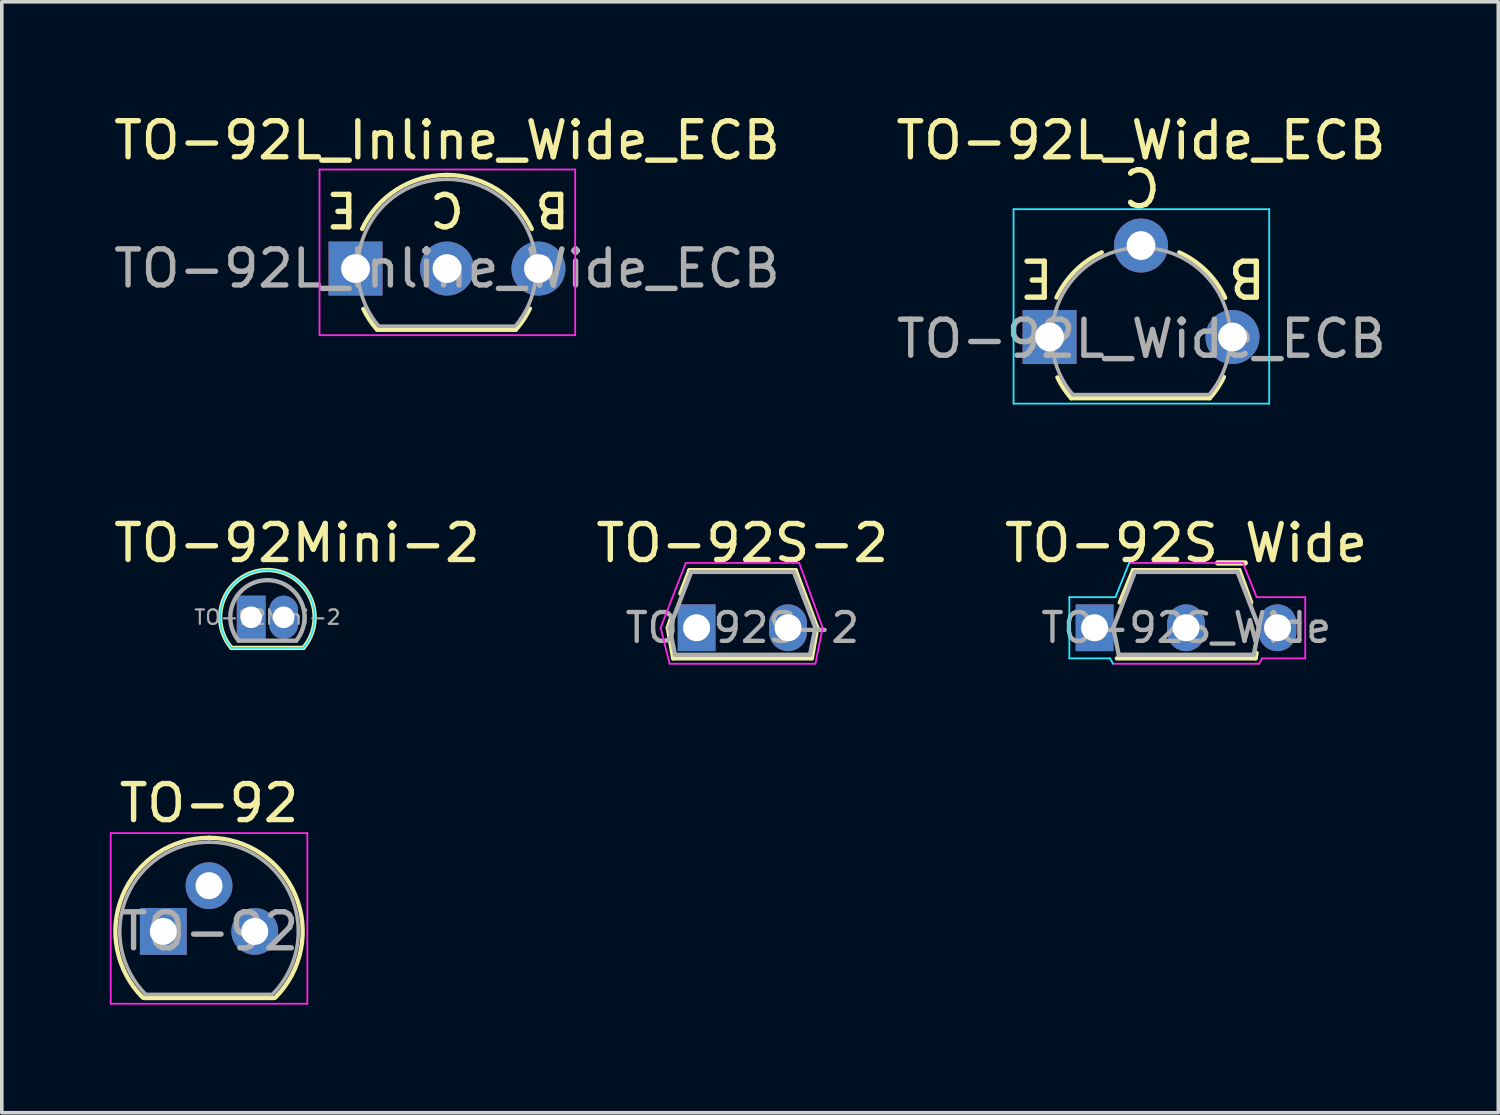
<source format=kicad_pcb>
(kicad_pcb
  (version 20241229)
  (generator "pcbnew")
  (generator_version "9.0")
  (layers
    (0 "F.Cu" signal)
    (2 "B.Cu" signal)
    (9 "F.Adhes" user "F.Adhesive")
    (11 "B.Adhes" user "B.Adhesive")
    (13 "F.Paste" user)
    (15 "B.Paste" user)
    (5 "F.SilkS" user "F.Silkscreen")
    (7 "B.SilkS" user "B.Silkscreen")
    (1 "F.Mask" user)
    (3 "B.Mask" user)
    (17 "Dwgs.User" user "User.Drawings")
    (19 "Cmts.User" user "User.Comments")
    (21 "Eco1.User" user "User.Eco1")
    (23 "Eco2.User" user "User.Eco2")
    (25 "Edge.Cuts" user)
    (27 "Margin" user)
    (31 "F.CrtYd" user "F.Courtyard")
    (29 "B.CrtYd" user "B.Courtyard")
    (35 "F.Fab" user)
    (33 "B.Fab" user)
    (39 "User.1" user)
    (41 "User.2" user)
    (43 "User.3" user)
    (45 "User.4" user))
  (footprint "TO-92S_Wide"
    (layer "F.Cu")
    (at 27.347 14.383)
    (property "Reference" "TO-92S_Wide" (at 2.54 -2.35 0) (layer "F.SilkS") (effects (font (size 1 1) (thickness 0.15))))
    (attr through_hole)
    (fp_line (start 0.62 0.85) (end 4.47 0.85) (stroke (width 0.12) (type solid)) (layer "F.SilkS"))
    (fp_line (start 1.07 -1.6) (end 0.7 -0.7) (stroke (width 0.12) (type solid)) (layer "F.SilkS"))
    (fp_line (start 4.02 -1.6) (end 1.07 -1.6) (stroke (width 0.12) (type solid)) (layer "F.SilkS"))
    (fp_line (start 4.35 -0.7) (end 4.02 -1.6) (stroke (width 0.12) (type solid)) (layer "F.SilkS"))
    (fp_line (start 4.47 0.85) (end 4.5 0.7) (stroke (width 0.12) (type solid)) (layer "F.SilkS"))
    (fp_line (start -0.7 -0.85) (end -0.7 0.85) (stroke (width 0.05) (type solid)) (layer "B.CrtYd"))
    (fp_line (start -0.7 0.85) (end 0.43 0.85) (stroke (width 0.05) (type solid)) (layer "B.CrtYd"))
    (fp_line (start 0.51 1) (end 0.43 0.85) (stroke (width 0.05) (type solid)) (layer "B.CrtYd"))
    (fp_line (start 0.58 -0.85) (end -0.7 -0.85) (stroke (width 0.05) (type solid)) (layer "B.CrtYd"))
    (fp_line (start 0.58 -0.85) (end 0.96 -1.8) (stroke (width 0.05) (type solid)) (layer "B.CrtYd"))
    (fp_line (start 0.52 1) (end 4.57 1) (stroke (width 0.05) (type solid)) (layer "F.CrtYd"))
    (fp_line (start 4.12 -1.8) (end 0.97 -1.8) (stroke (width 0.05) (type solid)) (layer "F.CrtYd"))
    (fp_line (start 4.5 -0.85) (end 4.12 -1.8) (stroke (width 0.05) (type solid)) (layer "F.CrtYd"))
    (fp_line (start 4.5 -0.85) (end 5.85 -0.85) (stroke (width 0.05) (type solid)) (layer "F.CrtYd"))
    (fp_line (start 4.57 1) (end 4.65 0.85) (stroke (width 0.05) (type solid)) (layer "F.CrtYd"))
    (fp_line (start 5.85 -0.85) (end 5.85 0.85) (stroke (width 0.05) (type solid)) (layer "F.CrtYd"))
    (fp_line (start 5.85 0.85) (end 4.65 0.85) (stroke (width 0.05) (type solid)) (layer "F.CrtYd"))
    (fp_line (start 0.52 0) (end 1.12 -1.55) (stroke (width 0.12) (type solid)) (layer "F.Fab"))
    (fp_line (start 0.67 0.75) (end 0.52 0) (stroke (width 0.12) (type solid)) (layer "F.Fab"))
    (fp_line (start 0.67 0.75) (end 4.42 0.75) (stroke (width 0.12) (type solid)) (layer "F.Fab"))
    (fp_line (start 1.12 -1.55) (end 3.97 -1.55) (stroke (width 0.12) (type solid)) (layer "F.Fab"))
    (fp_line (start 4.42 0.75) (end 4.57 0) (stroke (width 0.12) (type solid)) (layer "F.Fab"))
    (fp_line (start 4.57 0) (end 3.97 -1.55) (stroke (width 0.12) (type solid)) (layer "F.Fab"))
    (fp_text user "${REFERENCE}" (at 2.545 0 0) (layer "F.Fab") (effects (font (size 0.8 0.8) (thickness 0.12))))
    (pad "1" thru_hole rect (at 0 0 180) (size 1.05 1.3) (drill 0.75) (layers "*.Cu" "*.Mask"))
    (pad "2" thru_hole oval (at 2.54 0 180) (size 1.05 1.3) (drill 0.75) (layers "*.Cu" "*.Mask"))
    (pad "3" thru_hole oval (at 5.08 0 180) (size 1.05 1.3) (drill 0.75) (layers "*.Cu" "*.Mask")))
  (footprint "TO-92L_Inline_Wide_ECB"
    (layer "F.Cu")
    (at 6.823 4.408)
    (property "Reference" "TO-92L_Inline_Wide_ECB" (at 2.54 -3.56 0) (layer "F.SilkS") (effects (font (size 1 1) (thickness 0.15))))
    (fp_line (start 0.6 1.7) (end 4.45 1.7) (stroke (width 0.12) (type solid)) (layer "F.SilkS"))
    (fp_arc (start 0.1836 -1.098807) (mid 1.143021 -2.192817) (end 2.54 -2.6) (stroke (width 0.12) (type solid)) (layer "F.SilkS"))
    (fp_arc (start 0.6 1.7) (mid 0.389183 1.423933) (end 0.217369 1.122045) (stroke (width 0.12) (type solid)) (layer "F.SilkS"))
    (fp_arc (start 2.54 -2.6) (mid 3.936979 -2.192818) (end 4.8964 -1.098807) (stroke (width 0.12) (type solid)) (layer "F.SilkS"))
    (fp_arc (start 4.842383 1.112264) (mid 4.666594 1.419753) (end 4.45 1.7) (stroke (width 0.12) (type solid)) (layer "F.SilkS"))
    (fp_line (start -1 -2.75) (end -1 1.85) (stroke (width 0.05) (type solid)) (layer "F.CrtYd"))
    (fp_line (start -1 -2.75) (end 6.1 -2.75) (stroke (width 0.05) (type solid)) (layer "F.CrtYd"))
    (fp_line (start 6.1 1.85) (end -1 1.85) (stroke (width 0.05) (type solid)) (layer "F.CrtYd"))
    (fp_line (start 6.1 1.85) (end 6.1 -2.75) (stroke (width 0.05) (type solid)) (layer "F.CrtYd"))
    (fp_line (start 0.65 1.6) (end 4.4 1.6) (stroke (width 0.1) (type solid)) (layer "F.Fab"))
    (fp_arc (start 0.647182 1.602385) (mid 0.290076 -1.043188) (end 2.54 -2.48) (stroke (width 0.1) (type solid)) (layer "F.Fab"))
    (fp_arc (start 2.54 -2.48) (mid 4.787211 -1.049019) (end 4.441103 1.592547) (stroke (width 0.1) (type solid)) (layer "F.Fab"))
    (fp_text user "C" (at 2.54 -1.651 180) (unlocked yes) (layer "F.SilkS") (effects (font (size 0.9 0.9) (thickness 0.15))))
    (fp_text user "B" (at 5.461 -1.651 180) (unlocked yes) (layer "F.SilkS") (effects (font (size 0.9 0.9) (thickness 0.15))))
    (fp_text user "E" (at -0.381 -1.651 180) (unlocked yes) (layer "F.SilkS") (effects (font (size 0.9 0.9) (thickness 0.15))))
    (fp_text user "${REFERENCE}" (at 2.54 0 0) (layer "F.Fab") (effects (font (size 1 1) (thickness 0.15))))
    (pad "1" thru_hole rect (at 0 0 90) (size 1.5 1.5) (drill 0.8) (layers "*.Cu" "*.Mask"))
    (pad "2" thru_hole circle (at 2.54 0 90) (size 1.5 1.5) (drill 0.8) (layers "*.Cu" "*.Mask"))
    (pad "3" thru_hole circle (at 5.08 0 90) (size 1.5 1.5) (drill 0.8) (layers "*.Cu" "*.Mask")))
  (footprint "TO-92"
    (layer "F.Cu")
    (at 1.485 22.816)
    (property "Reference" "TO-92" (at 1.27 -3.56 0) (layer "F.SilkS") (effects (font (size 1 1) (thickness 0.15))))
    (attr through_hole)
    (fp_line (start -0.53 1.85) (end 3.07 1.85) (stroke (width 0.12) (type solid)) (layer "F.SilkS"))
    (fp_arc (start -0.568478 1.838478) (mid -1.132087 -0.994977) (end 1.27 -2.6) (stroke (width 0.12) (type solid)) (layer "F.SilkS"))
    (fp_arc (start 1.27 -2.6) (mid 3.672087 -0.994977) (end 3.108478 1.838478) (stroke (width 0.12) (type solid)) (layer "F.SilkS"))
    (fp_line (start -1.46 -2.73) (end -1.46 2.01) (stroke (width 0.05) (type solid)) (layer "F.CrtYd"))
    (fp_line (start -1.46 -2.73) (end 4 -2.73) (stroke (width 0.05) (type solid)) (layer "F.CrtYd"))
    (fp_line (start 4 2.01) (end -1.46 2.01) (stroke (width 0.05) (type solid)) (layer "F.CrtYd"))
    (fp_line (start 4 2.01) (end 4 -2.73) (stroke (width 0.05) (type solid)) (layer "F.CrtYd"))
    (fp_line (start -0.5 1.75) (end 3 1.75) (stroke (width 0.1) (type solid)) (layer "F.Fab"))
    (fp_arc (start -0.483625 1.753625) (mid -1.021221 -0.949055) (end 1.27 -2.48) (stroke (width 0.1) (type solid)) (layer "F.Fab"))
    (fp_arc (start 1.27 -2.48) (mid 3.561221 -0.949055) (end 3.023625 1.753625) (stroke (width 0.1) (type solid)) (layer "F.Fab"))
    (fp_text user "${REFERENCE}" (at 1.27 0 0) (layer "F.Fab") (effects (font (size 1 1) (thickness 0.15))))
    (pad "1" thru_hole rect (at 0 0 90) (size 1.3 1.3) (drill 0.75) (layers "*.Cu" "*.Mask"))
    (pad "2" thru_hole circle (at 1.27 -1.27 90) (size 1.3 1.3) (drill 0.75) (layers "*.Cu" "*.Mask"))
    (pad "3" thru_hole circle (at 2.54 0 90) (size 1.3 1.3) (drill 0.75) (layers "*.Cu" "*.Mask")))
  (footprint "TO-92Mini-2"
    (layer "F.Cu")
    (at 3.926 14.092)
    (property "Reference" "TO-92Mini-2" (at 1.27 -2.06 0) (layer "F.SilkS") (effects (font (size 1 1) (thickness 0.15))))
    (attr through_hole)
    (fp_line (start -0.55 0.85) (end 1.45 0.85) (stroke (width 0.12) (type solid)) (layer "F.SilkS"))
    (fp_arc (start -0.55 0.85) (mid 0.45 -1.31244) (end 1.45 0.85) (stroke (width 0.12) (type solid)) (layer "F.SilkS"))
    (fp_line (start -0.55 0.85) (end 1.45 0.85) (stroke (width 0.05) (type solid)) (layer "B.CrtYd"))
    (fp_arc (start -0.550431 0.849492) (mid 0.450333 -1.31244) (end 1.45 0.85) (stroke (width 0.05) (type solid)) (layer "B.CrtYd"))
    (fp_line (start -0.35 0.65) (end 1.25 0.65) (stroke (width 0.12) (type solid)) (layer "F.Fab"))
    (fp_arc (start -0.349861 0.650171) (mid 0.44989 -1.030776) (end 1.25 0.65) (stroke (width 0.12) (type solid)) (layer "F.Fab"))
    (fp_text user "${REFERENCE}" (at 0.45 0 0) (layer "F.Fab") (effects (font (size 0.4 0.4) (thickness 0.06))))
    (pad "1" thru_hole rect (at 0 0 180) (size 0.8 1.2) (drill 0.6) (layers "*.Cu" "*.Mask"))
    (pad "2" thru_hole oval (at 0.9 0 180) (size 0.8 1.2) (drill 0.6) (layers "*.Cu" "*.Mask")))
  (footprint "TO-92L_Wide_ECB"
    (layer "F.Cu")
    (at 26.097 6.309)
    (property "Reference" "TO-92L_Wide_ECB" (at 2.54 -5.461 0) (layer "F.SilkS") (effects (font (size 1 1) (thickness 0.15))))
    (fp_line (start 0.6 1.7) (end 4.45 1.7) (stroke (width 0.12) (type solid)) (layer "F.SilkS"))
    (fp_arc (start 0.192226 -1.094786) (mid 0.710119 -1.833613) (end 1.45 -2.35) (stroke (width 0.12) (type solid)) (layer "F.SilkS"))
    (fp_arc (start 0.6 1.7) (mid 0.389183 1.423933) (end 0.217369 1.122045) (stroke (width 0.12) (type solid)) (layer "F.SilkS"))
    (fp_arc (start 3.6 -2.35) (mid 4.351408 -1.834367) (end 4.876463 -1.089513) (stroke (width 0.12) (type solid)) (layer "F.SilkS"))
    (fp_arc (start 4.842383 1.112264) (mid 4.666594 1.419753) (end 4.45 1.7) (stroke (width 0.12) (type solid)) (layer "F.SilkS"))
    (fp_line (start -1 -3.55) (end -1 1.85) (stroke (width 0.05) (type solid)) (layer "B.CrtYd"))
    (fp_line (start -1 1.85) (end 6.1 1.85) (stroke (width 0.05) (type solid)) (layer "B.CrtYd"))
    (fp_line (start 6.1 -3.55) (end -1 -3.55) (stroke (width 0.05) (type solid)) (layer "B.CrtYd"))
    (fp_line (start 6.1 1.85) (end 6.1 -3.55) (stroke (width 0.05) (type solid)) (layer "B.CrtYd"))
    (fp_line (start 0.65 1.6) (end 4.4 1.6) (stroke (width 0.1) (type solid)) (layer "F.Fab"))
    (fp_arc (start 0.647182 1.602385) (mid 0.290076 -1.043188) (end 2.54 -2.48) (stroke (width 0.1) (type solid)) (layer "F.Fab"))
    (fp_arc (start 2.54 -2.48) (mid 4.787211 -1.049019) (end 4.441103 1.592547) (stroke (width 0.1) (type solid)) (layer "F.Fab"))
    (fp_text user "B" (at 5.48 -1.651 180) (unlocked yes) (layer "F.SilkS") (effects (font (size 1 1) (thickness 0.15))))
    (fp_text user "E" (at -0.362 -1.651 180) (unlocked yes) (layer "F.SilkS") (effects (font (size 1 1) (thickness 0.15))))
    (fp_text user "C" (at 2.559 -4.191 180) (unlocked yes) (layer "F.SilkS") (effects (font (size 1 1) (thickness 0.15))))
    (fp_text user "${REFERENCE}" (at 2.55 0.05 0) (layer "F.Fab") (effects (font (size 1 1) (thickness 0.15))))
    (pad "1" thru_hole rect (at 0 0 90) (size 1.5 1.5) (drill 0.8) (layers "*.Cu" "*.Mask"))
    (pad "2" thru_hole circle (at 2.54 -2.54 90) (size 1.5 1.5) (drill 0.8) (layers "*.Cu" "*.Mask"))
    (pad "3" thru_hole circle (at 5.08 0 90) (size 1.5 1.5) (drill 0.8) (layers "*.Cu" "*.Mask")))
  (footprint "TO-92S-2"
    (layer "F.Cu")
    (at 16.295 14.383)
    (property "Reference" "TO-92S-2" (at 1.27 -2.35 0) (layer "F.SilkS") (effects (font (size 1 1) (thickness 0.15))))
    (attr through_hole)
    (fp_line (start -0.8 0) (end -0.65 0.85) (stroke (width 0.12) (type solid)) (layer "F.SilkS"))
    (fp_line (start -0.7 -0.3) (end -0.8 0) (stroke (width 0.12) (type solid)) (layer "F.SilkS"))
    (fp_line (start -0.65 0.85) (end 3.2 0.85) (stroke (width 0.12) (type solid)) (layer "F.SilkS"))
    (fp_line (start -0.2 -1.6) (end -0.45 -0.95) (stroke (width 0.12) (type solid)) (layer "F.SilkS"))
    (fp_line (start 2.75 -1.6) (end -0.2 -1.6) (stroke (width 0.12) (type solid)) (layer "F.SilkS"))
    (fp_line (start 3.2 0.85) (end 3.35 0) (stroke (width 0.12) (type solid)) (layer "F.SilkS"))
    (fp_line (start 3.35 0) (end 2.75 -1.6) (stroke (width 0.12) (type solid)) (layer "F.SilkS"))
    (fp_line (start -1 0) (end -0.75 1) (stroke (width 0.05) (type solid)) (layer "F.CrtYd"))
    (fp_line (start -0.75 1) (end 3.3 1) (stroke (width 0.05) (type solid)) (layer "F.CrtYd"))
    (fp_line (start -0.3 -1.8) (end -1 0) (stroke (width 0.05) (type solid)) (layer "F.CrtYd"))
    (fp_line (start 2.85 -1.8) (end -0.3 -1.8) (stroke (width 0.05) (type solid)) (layer "F.CrtYd"))
    (fp_line (start 3.3 1) (end 3.5 0) (stroke (width 0.05) (type solid)) (layer "F.CrtYd"))
    (fp_line (start 3.5 0) (end 2.85 -1.8) (stroke (width 0.05) (type solid)) (layer "F.CrtYd"))
    (fp_line (start -0.75 0) (end -0.15 -1.55) (stroke (width 0.12) (type solid)) (layer "F.Fab"))
    (fp_line (start -0.6 0.75) (end -0.75 0) (stroke (width 0.12) (type solid)) (layer "F.Fab"))
    (fp_line (start -0.6 0.75) (end 3.15 0.75) (stroke (width 0.12) (type solid)) (layer "F.Fab"))
    (fp_line (start -0.15 -1.55) (end 2.7 -1.55) (stroke (width 0.12) (type solid)) (layer "F.Fab"))
    (fp_line (start 3.15 0.75) (end 3.3 0) (stroke (width 0.12) (type solid)) (layer "F.Fab"))
    (fp_line (start 3.3 0) (end 2.7 -1.55) (stroke (width 0.12) (type solid)) (layer "F.Fab"))
    (fp_text user "${REFERENCE}" (at 1.27 0 0) (layer "F.Fab") (effects (font (size 0.8 0.8) (thickness 0.12))))
    (pad "1" thru_hole rect (at 0 0 180) (size 1.05 1.3) (drill 0.75) (layers "*.Cu" "*.Mask"))
    (pad "2" thru_hole oval (at 2.54 0 180) (size 1.05 1.3) (drill 0.75) (layers "*.Cu" "*.Mask")))
  (gr_rect
    (start -3 -3)
    (end 38.558 27.851)
    (stroke (width 0.1) (type default))
    (fill no)
    (layer "Edge.Cuts")))
</source>
